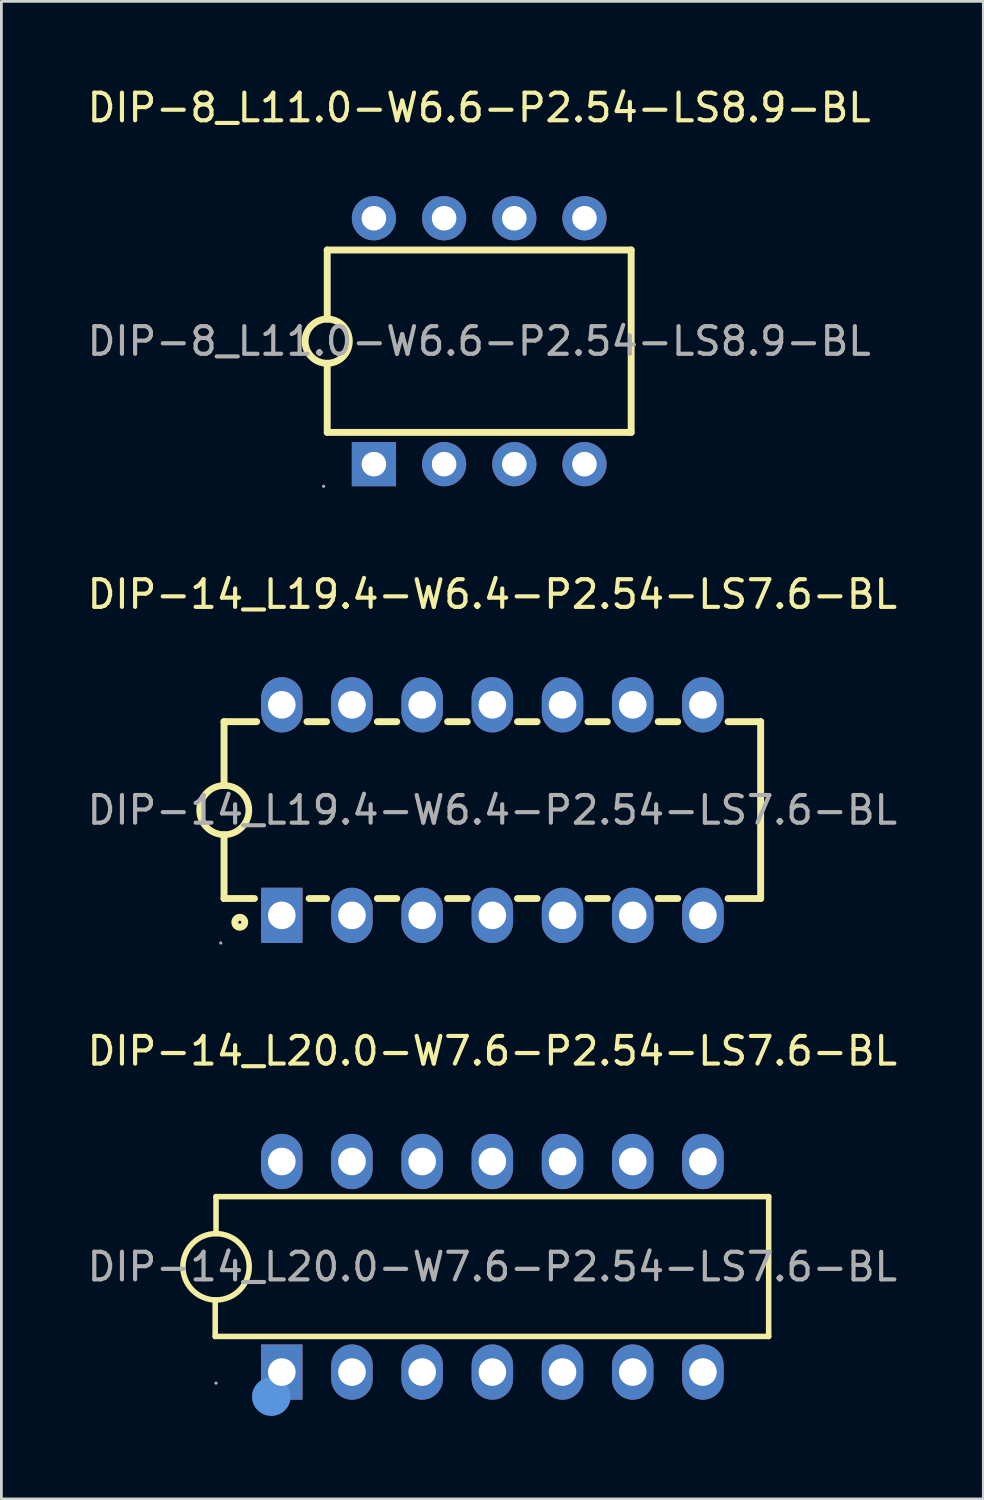
<source format=kicad_pcb>
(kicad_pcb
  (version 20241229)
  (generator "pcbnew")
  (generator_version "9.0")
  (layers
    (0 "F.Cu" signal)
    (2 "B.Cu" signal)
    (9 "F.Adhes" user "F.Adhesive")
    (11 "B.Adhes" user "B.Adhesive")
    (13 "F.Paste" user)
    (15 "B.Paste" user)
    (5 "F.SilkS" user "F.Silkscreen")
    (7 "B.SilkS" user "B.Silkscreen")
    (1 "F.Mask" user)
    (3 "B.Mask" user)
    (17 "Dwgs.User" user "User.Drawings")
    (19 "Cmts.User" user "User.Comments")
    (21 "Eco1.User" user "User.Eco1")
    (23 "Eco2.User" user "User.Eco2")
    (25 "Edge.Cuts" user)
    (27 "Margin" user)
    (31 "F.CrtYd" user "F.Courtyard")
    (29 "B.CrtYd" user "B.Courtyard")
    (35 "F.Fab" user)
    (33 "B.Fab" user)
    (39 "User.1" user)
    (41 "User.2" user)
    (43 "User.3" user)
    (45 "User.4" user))
  (footprint "DIP-8_L11.0-W6.6-P2.54-LS8.9-BL"
    (layer "F.Cu")
    (at 14.292 9.298)
    (property "Reference" "DIP-8_L11.0-W6.6-P2.54-LS8.9-BL" (at 0 -8.45 0) (layer "F.SilkS") (effects (font (size 1 1) (thickness 0.15))))
    (attr through_hole)
    (fp_line (start -5.5 -3.3) (end -5.5 -0.8) (stroke (width 0.25) (type solid)) (layer "F.SilkS"))
    (fp_line (start -5.5 -3.3) (end 5.5 -3.3) (stroke (width 0.25) (type solid)) (layer "F.SilkS"))
    (fp_line (start -5.5 3.3) (end -5.5 0.8) (stroke (width 0.25) (type solid)) (layer "F.SilkS"))
    (fp_line (start -5.5 3.3) (end 5.5 3.3) (stroke (width 0.25) (type solid)) (layer "F.SilkS"))
    (fp_line (start 5.5 3.3) (end 5.5 -3.3) (stroke (width 0.25) (type solid)) (layer "F.SilkS"))
    (fp_arc (start -5.513962 0.799878) (mid -5.493019 -0.799969) (end -5.5 0.8) (stroke (width 0.25) (type solid)) (layer "F.SilkS"))
    (fp_circle (center -5.63 5.25) (end -5.6 5.25) (stroke (width 0.06) (type solid)) (fill no) (layer "F.Fab"))
    (fp_circle (center -3.81 -4.45) (end -3.64 -4.45) (stroke (width 0.34) (type solid)) (fill no) (layer "F.Fab"))
    (fp_circle (center -3.81 4.45) (end -3.64 4.45) (stroke (width 0.34) (type solid)) (fill no) (layer "F.Fab"))
    (fp_circle (center -1.27 -4.45) (end -1.1 -4.45) (stroke (width 0.34) (type solid)) (fill no) (layer "F.Fab"))
    (fp_circle (center -1.27 4.45) (end -1.1 4.45) (stroke (width 0.34) (type solid)) (fill no) (layer "F.Fab"))
    (fp_circle (center 1.27 -4.45) (end 1.44 -4.45) (stroke (width 0.34) (type solid)) (fill no) (layer "F.Fab"))
    (fp_circle (center 1.27 4.45) (end 1.44 4.45) (stroke (width 0.34) (type solid)) (fill no) (layer "F.Fab"))
    (fp_circle (center 3.81 -4.45) (end 3.98 -4.45) (stroke (width 0.34) (type solid)) (fill no) (layer "F.Fab"))
    (fp_circle (center 3.81 4.45) (end 3.98 4.45) (stroke (width 0.34) (type solid)) (fill no) (layer "F.Fab"))
    (fp_text user "${REFERENCE}" (at 0 0 0) (layer "F.Fab") (effects (font (size 1 1) (thickness 0.15))))
    (pad "1" thru_hole rect (at -3.81 4.45) (size 1.6 1.6) (drill 0.889) (layers "*.Cu" "*.Paste" "*.Mask"))
    (pad "2" thru_hole circle (at -1.27 4.45) (size 1.6 1.6) (drill 0.889) (layers "*.Cu" "*.Paste" "*.Mask"))
    (pad "3" thru_hole circle (at 1.27 4.45) (size 1.6 1.6) (drill 0.889) (layers "*.Cu" "*.Paste" "*.Mask"))
    (pad "4" thru_hole circle (at 3.81 4.45) (size 1.6 1.6) (drill 0.889) (layers "*.Cu" "*.Paste" "*.Mask"))
    (pad "5" thru_hole circle (at 3.81 -4.45) (size 1.6 1.6) (drill 0.889) (layers "*.Cu" "*.Paste" "*.Mask"))
    (pad "6" thru_hole circle (at 1.27 -4.45) (size 1.6 1.6) (drill 0.889) (layers "*.Cu" "*.Paste" "*.Mask"))
    (pad "7" thru_hole circle (at -1.27 -4.45) (size 1.6 1.6) (drill 0.889) (layers "*.Cu" "*.Paste" "*.Mask"))
    (pad "8" thru_hole circle (at -3.81 -4.45) (size 1.6 1.6) (drill 0.889) (layers "*.Cu" "*.Paste" "*.Mask")))
  (footprint "DIP-14_L20.0-W7.6-P2.54-LS7.6-BL"
    (layer "F.Cu")
    (at 14.768 42.795)
    (property "Reference" "DIP-14_L20.0-W7.6-P2.54-LS7.6-BL" (at 0 -7.81 0) (layer "F.SilkS") (effects (font (size 1 1) (thickness 0.15))))
    (attr through_hole)
    (fp_line (start -10.03 2.52) (end -10.03 1.2) (stroke (width 0.2) (type solid)) (layer "F.SilkS"))
    (fp_line (start -10 -2.54) (end 10 -2.54) (stroke (width 0.2) (type solid)) (layer "F.SilkS"))
    (fp_line (start -10 -1.2) (end -10 -2.54) (stroke (width 0.2) (type solid)) (layer "F.SilkS"))
    (fp_line (start 10 -2.54) (end 10 2.52) (stroke (width 0.2) (type solid)) (layer "F.SilkS"))
    (fp_line (start 10 2.52) (end -10.03 2.52) (stroke (width 0.2) (type solid)) (layer "F.SilkS"))
    (fp_arc (start -10.020943 1.199817) (mid -9.989528 -1.199954) (end -10 1.2) (stroke (width 0.2) (type solid)) (layer "F.SilkS"))
    (fp_circle (center -8 4.7) (end -7.65 4.7) (stroke (width 0.7) (type solid)) (fill no) (layer "Cmts.User"))
    (fp_circle (center -10 4.21) (end -9.97 4.21) (stroke (width 0.06) (type solid)) (fill no) (layer "F.Fab"))
    (fp_text user "${REFERENCE}" (at 0 0 0) (layer "F.Fab") (effects (font (size 1 1) (thickness 0.15))))
    (pad "1" thru_hole rect (at -7.62 3.81 90) (size 2 1.5) (drill 1) (layers "*.Cu" "*.Paste" "*.Mask"))
    (pad "2" thru_hole oval (at -5.08 3.81 90) (size 2 1.5) (drill 1) (layers "*.Cu" "*.Paste" "*.Mask"))
    (pad "3" thru_hole oval (at -2.54 3.81 90) (size 2 1.5) (drill 1) (layers "*.Cu" "*.Paste" "*.Mask"))
    (pad "4" thru_hole oval (at 0 3.81 90) (size 2 1.5) (drill 1) (layers "*.Cu" "*.Paste" "*.Mask"))
    (pad "5" thru_hole oval (at 2.54 3.81 90) (size 2 1.5) (drill 1) (layers "*.Cu" "*.Paste" "*.Mask"))
    (pad "6" thru_hole oval (at 5.08 3.81 90) (size 2 1.5) (drill 1) (layers "*.Cu" "*.Paste" "*.Mask"))
    (pad "7" thru_hole oval (at 7.62 3.81 90) (size 2 1.5) (drill 1) (layers "*.Cu" "*.Paste" "*.Mask"))
    (pad "8" thru_hole oval (at 7.62 -3.81 90) (size 2 1.5) (drill 1) (layers "*.Cu" "*.Paste" "*.Mask"))
    (pad "9" thru_hole oval (at 5.08 -3.81 90) (size 2 1.5) (drill 1) (layers "*.Cu" "*.Paste" "*.Mask"))
    (pad "10" thru_hole oval (at 2.54 -3.81 90) (size 2 1.5) (drill 1) (layers "*.Cu" "*.Paste" "*.Mask"))
    (pad "11" thru_hole oval (at 0 -3.81 90) (size 2 1.5) (drill 1) (layers "*.Cu" "*.Paste" "*.Mask"))
    (pad "12" thru_hole oval (at -2.54 -3.81 90) (size 2 1.5) (drill 1) (layers "*.Cu" "*.Paste" "*.Mask"))
    (pad "13" thru_hole oval (at -5.08 -3.81 90) (size 2 1.5) (drill 1) (layers "*.Cu" "*.Paste" "*.Mask"))
    (pad "14" thru_hole oval (at -7.62 -3.81 90) (size 2 1.5) (drill 1) (layers "*.Cu" "*.Paste" "*.Mask")))
  (footprint "DIP-14_L19.4-W6.4-P2.54-LS7.6-BL"
    (layer "F.Cu")
    (at 14.768 26.267)
    (property "Reference" "DIP-14_L19.4-W6.4-P2.54-LS7.6-BL" (at 0 -7.81 0) (layer "F.SilkS") (effects (font (size 1 1) (thickness 0.15))))
    (attr through_hole)
    (fp_line (start -9.71 -3.2) (end -9.71 -0.89) (stroke (width 0.25) (type solid)) (layer "F.SilkS"))
    (fp_line (start -9.71 -3.2) (end -8.53 -3.2) (stroke (width 0.25) (type solid)) (layer "F.SilkS"))
    (fp_line (start -9.71 3.2) (end -9.71 0.89) (stroke (width 0.25) (type solid)) (layer "F.SilkS"))
    (fp_line (start -9.71 3.2) (end -8.61 3.2) (stroke (width 0.25) (type solid)) (layer "F.SilkS"))
    (fp_line (start -6.71 -3.2) (end -6 -3.2) (stroke (width 0.25) (type solid)) (layer "F.SilkS"))
    (fp_line (start -6.63 3.2) (end -6 3.2) (stroke (width 0.25) (type solid)) (layer "F.SilkS"))
    (fp_line (start -4.16 -3.2) (end -3.46 -3.2) (stroke (width 0.25) (type solid)) (layer "F.SilkS"))
    (fp_line (start -4.16 3.2) (end -3.46 3.2) (stroke (width 0.25) (type solid)) (layer "F.SilkS"))
    (fp_line (start -1.62 -3.2) (end -0.91 -3.2) (stroke (width 0.25) (type solid)) (layer "F.SilkS"))
    (fp_line (start -1.62 3.2) (end -0.91 3.2) (stroke (width 0.25) (type solid)) (layer "F.SilkS"))
    (fp_line (start 0.91 -3.2) (end 1.62 -3.2) (stroke (width 0.25) (type solid)) (layer "F.SilkS"))
    (fp_line (start 0.91 3.2) (end 1.62 3.2) (stroke (width 0.25) (type solid)) (layer "F.SilkS"))
    (fp_line (start 3.46 -3.2) (end 4.16 -3.2) (stroke (width 0.25) (type solid)) (layer "F.SilkS"))
    (fp_line (start 3.46 3.2) (end 4.16 3.2) (stroke (width 0.25) (type solid)) (layer "F.SilkS"))
    (fp_line (start 6 -3.2) (end 6.71 -3.2) (stroke (width 0.25) (type solid)) (layer "F.SilkS"))
    (fp_line (start 6 3.2) (end 6.71 3.2) (stroke (width 0.25) (type solid)) (layer "F.SilkS"))
    (fp_line (start 8.53 -3.2) (end 9.71 -3.2) (stroke (width 0.25) (type solid)) (layer "F.SilkS"))
    (fp_line (start 8.53 3.2) (end 9.71 3.2) (stroke (width 0.25) (type solid)) (layer "F.SilkS"))
    (fp_line (start 9.71 3.2) (end 9.71 -3.2) (stroke (width 0.25) (type solid)) (layer "F.SilkS"))
    (fp_arc (start -9.715533 0.889864) (mid -9.692233 -0.889966) (end -9.7 0.89) (stroke (width 0.24) (type solid)) (layer "F.SilkS"))
    (fp_circle (center -9.14 4.06) (end -8.96 4.06) (stroke (width 0.25) (type solid)) (fill no) (layer "F.SilkS"))
    (fp_circle (center -9.83 4.81) (end -9.8 4.81) (stroke (width 0.06) (type solid)) (fill no) (layer "F.Fab"))
    (fp_circle (center -7.62 -3.81) (end -7.42 -3.81) (stroke (width 0.4) (type solid)) (fill no) (layer "F.Fab"))
    (fp_circle (center -7.62 3.81) (end -7.42 3.81) (stroke (width 0.4) (type solid)) (fill no) (layer "F.Fab"))
    (fp_circle (center -5.08 -3.81) (end -4.88 -3.81) (stroke (width 0.4) (type solid)) (fill no) (layer "F.Fab"))
    (fp_circle (center -5.08 3.81) (end -4.88 3.81) (stroke (width 0.4) (type solid)) (fill no) (layer "F.Fab"))
    (fp_circle (center -2.54 -3.81) (end -2.34 -3.81) (stroke (width 0.4) (type solid)) (fill no) (layer "F.Fab"))
    (fp_circle (center -2.54 3.81) (end -2.34 3.81) (stroke (width 0.4) (type solid)) (fill no) (layer "F.Fab"))
    (fp_circle (center 0 -3.81) (end 0.2 -3.81) (stroke (width 0.4) (type solid)) (fill no) (layer "F.Fab"))
    (fp_circle (center 0 3.81) (end 0.2 3.81) (stroke (width 0.4) (type solid)) (fill no) (layer "F.Fab"))
    (fp_circle (center 2.54 -3.81) (end 2.74 -3.81) (stroke (width 0.4) (type solid)) (fill no) (layer "F.Fab"))
    (fp_circle (center 2.54 3.81) (end 2.74 3.81) (stroke (width 0.4) (type solid)) (fill no) (layer "F.Fab"))
    (fp_circle (center 5.08 -3.81) (end 5.28 -3.81) (stroke (width 0.4) (type solid)) (fill no) (layer "F.Fab"))
    (fp_circle (center 5.08 3.81) (end 5.28 3.81) (stroke (width 0.4) (type solid)) (fill no) (layer "F.Fab"))
    (fp_circle (center 7.62 -3.81) (end 7.82 -3.81) (stroke (width 0.4) (type solid)) (fill no) (layer "F.Fab"))
    (fp_circle (center 7.62 3.81) (end 7.82 3.81) (stroke (width 0.4) (type solid)) (fill no) (layer "F.Fab"))
    (fp_text user "${REFERENCE}" (at 0 0 0) (layer "F.Fab") (effects (font (size 1 1) (thickness 0.15))))
    (pad "1" thru_hole rect (at -7.62 3.81 90) (size 2 1.5) (drill 1) (layers "*.Cu" "*.Paste" "*.Mask"))
    (pad "2" thru_hole oval (at -5.08 3.81 90) (size 2 1.5) (drill 1) (layers "*.Cu" "*.Paste" "*.Mask"))
    (pad "3" thru_hole oval (at -2.54 3.81 90) (size 2 1.5) (drill 1) (layers "*.Cu" "*.Paste" "*.Mask"))
    (pad "4" thru_hole oval (at 0 3.81 90) (size 2 1.5) (drill 1) (layers "*.Cu" "*.Paste" "*.Mask"))
    (pad "5" thru_hole oval (at 2.54 3.81 90) (size 2 1.5) (drill 1) (layers "*.Cu" "*.Paste" "*.Mask"))
    (pad "6" thru_hole oval (at 5.08 3.81 90) (size 2 1.5) (drill 1) (layers "*.Cu" "*.Paste" "*.Mask"))
    (pad "7" thru_hole oval (at 7.62 3.81 90) (size 2 1.5) (drill 1) (layers "*.Cu" "*.Paste" "*.Mask"))
    (pad "8" thru_hole oval (at 7.62 -3.81 90) (size 2 1.5) (drill 1) (layers "*.Cu" "*.Paste" "*.Mask"))
    (pad "9" thru_hole oval (at 5.08 -3.81 90) (size 2 1.5) (drill 1) (layers "*.Cu" "*.Paste" "*.Mask"))
    (pad "10" thru_hole oval (at 2.54 -3.81 90) (size 2 1.5) (drill 1) (layers "*.Cu" "*.Paste" "*.Mask"))
    (pad "11" thru_hole oval (at 0 -3.81 90) (size 2 1.5) (drill 1) (layers "*.Cu" "*.Paste" "*.Mask"))
    (pad "12" thru_hole oval (at -2.54 -3.81 90) (size 2 1.5) (drill 1) (layers "*.Cu" "*.Paste" "*.Mask"))
    (pad "13" thru_hole oval (at -5.08 -3.81 90) (size 2 1.5) (drill 1) (layers "*.Cu" "*.Paste" "*.Mask"))
    (pad "14" thru_hole oval (at -7.62 -3.81 90) (size 2 1.5) (drill 1) (layers "*.Cu" "*.Paste" "*.Mask")))
  (gr_rect
    (start -3 -3)
    (end 32.536 51.195)
    (stroke (width 0.1) (type default))
    (fill no)
    (layer "Edge.Cuts")))
</source>
